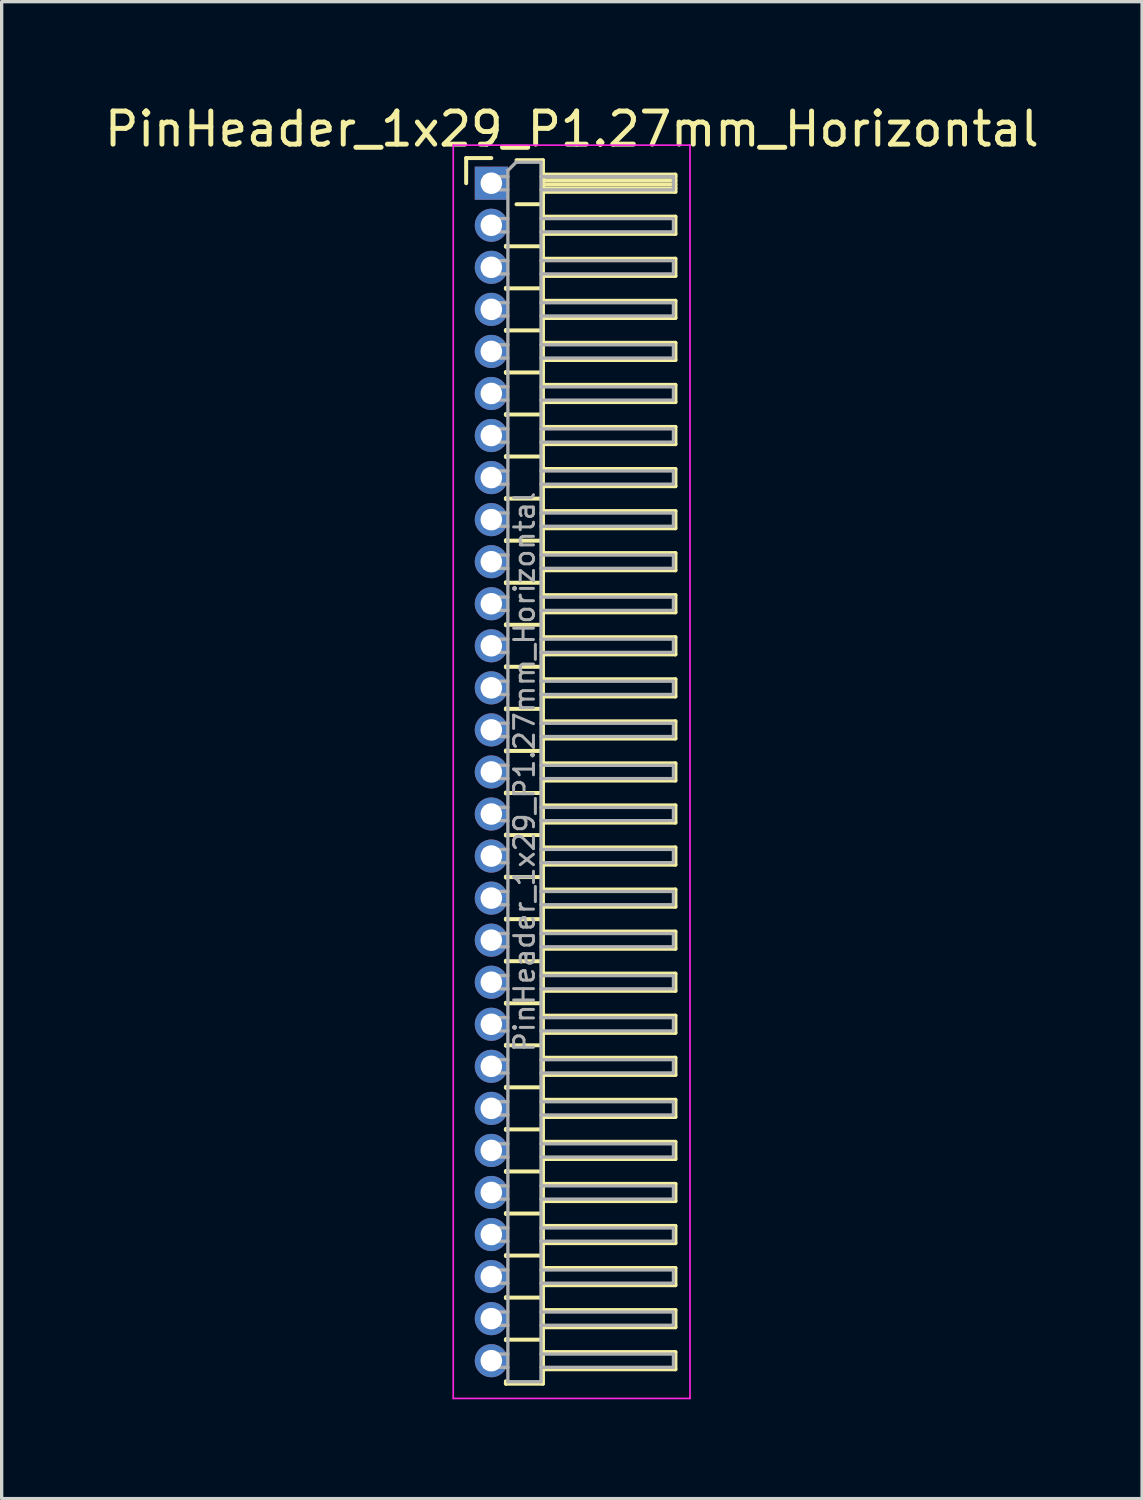
<source format=kicad_pcb>
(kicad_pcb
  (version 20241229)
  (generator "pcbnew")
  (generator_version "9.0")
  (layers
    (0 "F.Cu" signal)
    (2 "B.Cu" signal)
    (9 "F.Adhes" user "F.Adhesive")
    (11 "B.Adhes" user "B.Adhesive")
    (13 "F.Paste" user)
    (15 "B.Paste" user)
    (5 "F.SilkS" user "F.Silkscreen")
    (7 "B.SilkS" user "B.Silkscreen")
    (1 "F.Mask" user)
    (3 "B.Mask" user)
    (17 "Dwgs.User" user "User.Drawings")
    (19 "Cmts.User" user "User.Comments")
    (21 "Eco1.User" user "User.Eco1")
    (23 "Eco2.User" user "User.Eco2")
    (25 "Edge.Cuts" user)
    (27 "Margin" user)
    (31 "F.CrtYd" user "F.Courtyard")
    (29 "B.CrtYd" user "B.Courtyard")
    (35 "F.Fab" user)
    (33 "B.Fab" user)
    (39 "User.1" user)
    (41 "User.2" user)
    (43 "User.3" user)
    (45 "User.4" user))
  (footprint "PinHeader_1x29_P1.27mm_Horizontal"
    (layer "F.Cu")
    (at 11.788 2.483)
    (property "Reference" "PinHeader_1x29_P1.27mm_Horizontal" (at 2.433 -1.635 0) (layer "F.SilkS") (effects (font (size 1 1) (thickness 0.15))))
    (attr through_hole)
    (fp_line (start -0.76 -0.76) (end 0 -0.76) (stroke (width 0.12) (type solid)) (layer "F.SilkS"))
    (fp_line (start -0.76 0) (end -0.76 -0.76) (stroke (width 0.12) (type solid)) (layer "F.SilkS"))
    (fp_line (start 0.44 1.89) (end 0.44 1.92) (stroke (width 0.12) (type solid)) (layer "F.SilkS"))
    (fp_line (start 0.44 1.905) (end 1.56 1.905) (stroke (width 0.12) (type solid)) (layer "F.SilkS"))
    (fp_line (start 0.44 3.16) (end 0.44 3.19) (stroke (width 0.12) (type solid)) (layer "F.SilkS"))
    (fp_line (start 0.44 3.175) (end 1.56 3.175) (stroke (width 0.12) (type solid)) (layer "F.SilkS"))
    (fp_line (start 0.44 4.43) (end 0.44 4.46) (stroke (width 0.12) (type solid)) (layer "F.SilkS"))
    (fp_line (start 0.44 4.445) (end 1.56 4.445) (stroke (width 0.12) (type solid)) (layer "F.SilkS"))
    (fp_line (start 0.44 5.7) (end 0.44 5.73) (stroke (width 0.12) (type solid)) (layer "F.SilkS"))
    (fp_line (start 0.44 5.715) (end 1.56 5.715) (stroke (width 0.12) (type solid)) (layer "F.SilkS"))
    (fp_line (start 0.44 6.97) (end 0.44 7) (stroke (width 0.12) (type solid)) (layer "F.SilkS"))
    (fp_line (start 0.44 6.985) (end 1.56 6.985) (stroke (width 0.12) (type solid)) (layer "F.SilkS"))
    (fp_line (start 0.44 8.24) (end 0.44 8.27) (stroke (width 0.12) (type solid)) (layer "F.SilkS"))
    (fp_line (start 0.44 8.255) (end 1.56 8.255) (stroke (width 0.12) (type solid)) (layer "F.SilkS"))
    (fp_line (start 0.44 9.51) (end 0.44 9.54) (stroke (width 0.12) (type solid)) (layer "F.SilkS"))
    (fp_line (start 0.44 9.525) (end 1.56 9.525) (stroke (width 0.12) (type solid)) (layer "F.SilkS"))
    (fp_line (start 0.44 10.78) (end 0.44 10.81) (stroke (width 0.12) (type solid)) (layer "F.SilkS"))
    (fp_line (start 0.44 10.795) (end 1.56 10.795) (stroke (width 0.12) (type solid)) (layer "F.SilkS"))
    (fp_line (start 0.44 12.05) (end 0.44 12.08) (stroke (width 0.12) (type solid)) (layer "F.SilkS"))
    (fp_line (start 0.44 12.065) (end 1.56 12.065) (stroke (width 0.12) (type solid)) (layer "F.SilkS"))
    (fp_line (start 0.44 13.32) (end 0.44 13.35) (stroke (width 0.12) (type solid)) (layer "F.SilkS"))
    (fp_line (start 0.44 13.335) (end 1.56 13.335) (stroke (width 0.12) (type solid)) (layer "F.SilkS"))
    (fp_line (start 0.44 14.59) (end 0.44 14.62) (stroke (width 0.12) (type solid)) (layer "F.SilkS"))
    (fp_line (start 0.44 14.605) (end 1.56 14.605) (stroke (width 0.12) (type solid)) (layer "F.SilkS"))
    (fp_line (start 0.44 15.86) (end 0.44 15.89) (stroke (width 0.12) (type solid)) (layer "F.SilkS"))
    (fp_line (start 0.44 15.875) (end 1.56 15.875) (stroke (width 0.12) (type solid)) (layer "F.SilkS"))
    (fp_line (start 0.44 17.13) (end 0.44 17.16) (stroke (width 0.12) (type solid)) (layer "F.SilkS"))
    (fp_line (start 0.44 17.145) (end 1.56 17.145) (stroke (width 0.12) (type solid)) (layer "F.SilkS"))
    (fp_line (start 0.44 18.4) (end 0.44 18.43) (stroke (width 0.12) (type solid)) (layer "F.SilkS"))
    (fp_line (start 0.44 18.415) (end 1.56 18.415) (stroke (width 0.12) (type solid)) (layer "F.SilkS"))
    (fp_line (start 0.44 19.67) (end 0.44 19.7) (stroke (width 0.12) (type solid)) (layer "F.SilkS"))
    (fp_line (start 0.44 19.685) (end 1.56 19.685) (stroke (width 0.12) (type solid)) (layer "F.SilkS"))
    (fp_line (start 0.44 20.94) (end 0.44 20.97) (stroke (width 0.12) (type solid)) (layer "F.SilkS"))
    (fp_line (start 0.44 20.955) (end 1.56 20.955) (stroke (width 0.12) (type solid)) (layer "F.SilkS"))
    (fp_line (start 0.44 22.21) (end 0.44 22.24) (stroke (width 0.12) (type solid)) (layer "F.SilkS"))
    (fp_line (start 0.44 22.225) (end 1.56 22.225) (stroke (width 0.12) (type solid)) (layer "F.SilkS"))
    (fp_line (start 0.44 23.48) (end 0.44 23.51) (stroke (width 0.12) (type solid)) (layer "F.SilkS"))
    (fp_line (start 0.44 23.495) (end 1.56 23.495) (stroke (width 0.12) (type solid)) (layer "F.SilkS"))
    (fp_line (start 0.44 24.75) (end 0.44 24.78) (stroke (width 0.12) (type solid)) (layer "F.SilkS"))
    (fp_line (start 0.44 24.765) (end 1.56 24.765) (stroke (width 0.12) (type solid)) (layer "F.SilkS"))
    (fp_line (start 0.44 26.02) (end 0.44 26.05) (stroke (width 0.12) (type solid)) (layer "F.SilkS"))
    (fp_line (start 0.44 26.035) (end 1.56 26.035) (stroke (width 0.12) (type solid)) (layer "F.SilkS"))
    (fp_line (start 0.44 27.29) (end 0.44 27.32) (stroke (width 0.12) (type solid)) (layer "F.SilkS"))
    (fp_line (start 0.44 27.305) (end 1.56 27.305) (stroke (width 0.12) (type solid)) (layer "F.SilkS"))
    (fp_line (start 0.44 28.56) (end 0.44 28.59) (stroke (width 0.12) (type solid)) (layer "F.SilkS"))
    (fp_line (start 0.44 28.575) (end 1.56 28.575) (stroke (width 0.12) (type solid)) (layer "F.SilkS"))
    (fp_line (start 0.44 29.83) (end 0.44 29.86) (stroke (width 0.12) (type solid)) (layer "F.SilkS"))
    (fp_line (start 0.44 29.845) (end 1.56 29.845) (stroke (width 0.12) (type solid)) (layer "F.SilkS"))
    (fp_line (start 0.44 31.1) (end 0.44 31.13) (stroke (width 0.12) (type solid)) (layer "F.SilkS"))
    (fp_line (start 0.44 31.115) (end 1.56 31.115) (stroke (width 0.12) (type solid)) (layer "F.SilkS"))
    (fp_line (start 0.44 32.37) (end 0.44 32.4) (stroke (width 0.12) (type solid)) (layer "F.SilkS"))
    (fp_line (start 0.44 32.385) (end 1.56 32.385) (stroke (width 0.12) (type solid)) (layer "F.SilkS"))
    (fp_line (start 0.44 33.64) (end 0.44 33.67) (stroke (width 0.12) (type solid)) (layer "F.SilkS"))
    (fp_line (start 0.44 33.655) (end 1.56 33.655) (stroke (width 0.12) (type solid)) (layer "F.SilkS"))
    (fp_line (start 0.44 34.91) (end 0.44 34.94) (stroke (width 0.12) (type solid)) (layer "F.SilkS"))
    (fp_line (start 0.44 34.925) (end 1.56 34.925) (stroke (width 0.12) (type solid)) (layer "F.SilkS"))
    (fp_line (start 0.44 36.255) (end 0.44 36.18) (stroke (width 0.12) (type solid)) (layer "F.SilkS"))
    (fp_line (start 0.76 -0.695) (end 1.56 -0.695) (stroke (width 0.12) (type solid)) (layer "F.SilkS"))
    (fp_line (start 0.76 0.635) (end 1.56 0.635) (stroke (width 0.12) (type solid)) (layer "F.SilkS"))
    (fp_line (start 1.56 -0.695) (end 1.56 36.255) (stroke (width 0.12) (type solid)) (layer "F.SilkS"))
    (fp_line (start 1.56 -0.26) (end 5.56 -0.26) (stroke (width 0.12) (type solid)) (layer "F.SilkS"))
    (fp_line (start 1.56 -0.2) (end 5.56 -0.2) (stroke (width 0.12) (type solid)) (layer "F.SilkS"))
    (fp_line (start 1.56 -0.08) (end 5.56 -0.08) (stroke (width 0.12) (type solid)) (layer "F.SilkS"))
    (fp_line (start 1.56 0.04) (end 5.56 0.04) (stroke (width 0.12) (type solid)) (layer "F.SilkS"))
    (fp_line (start 1.56 0.16) (end 5.56 0.16) (stroke (width 0.12) (type solid)) (layer "F.SilkS"))
    (fp_line (start 1.56 1.01) (end 5.56 1.01) (stroke (width 0.12) (type solid)) (layer "F.SilkS"))
    (fp_line (start 1.56 2.28) (end 5.56 2.28) (stroke (width 0.12) (type solid)) (layer "F.SilkS"))
    (fp_line (start 1.56 3.55) (end 5.56 3.55) (stroke (width 0.12) (type solid)) (layer "F.SilkS"))
    (fp_line (start 1.56 4.82) (end 5.56 4.82) (stroke (width 0.12) (type solid)) (layer "F.SilkS"))
    (fp_line (start 1.56 6.09) (end 5.56 6.09) (stroke (width 0.12) (type solid)) (layer "F.SilkS"))
    (fp_line (start 1.56 7.36) (end 5.56 7.36) (stroke (width 0.12) (type solid)) (layer "F.SilkS"))
    (fp_line (start 1.56 8.63) (end 5.56 8.63) (stroke (width 0.12) (type solid)) (layer "F.SilkS"))
    (fp_line (start 1.56 9.9) (end 5.56 9.9) (stroke (width 0.12) (type solid)) (layer "F.SilkS"))
    (fp_line (start 1.56 11.17) (end 5.56 11.17) (stroke (width 0.12) (type solid)) (layer "F.SilkS"))
    (fp_line (start 1.56 12.44) (end 5.56 12.44) (stroke (width 0.12) (type solid)) (layer "F.SilkS"))
    (fp_line (start 1.56 13.71) (end 5.56 13.71) (stroke (width 0.12) (type solid)) (layer "F.SilkS"))
    (fp_line (start 1.56 14.98) (end 5.56 14.98) (stroke (width 0.12) (type solid)) (layer "F.SilkS"))
    (fp_line (start 1.56 16.25) (end 5.56 16.25) (stroke (width 0.12) (type solid)) (layer "F.SilkS"))
    (fp_line (start 1.56 17.52) (end 5.56 17.52) (stroke (width 0.12) (type solid)) (layer "F.SilkS"))
    (fp_line (start 1.56 18.79) (end 5.56 18.79) (stroke (width 0.12) (type solid)) (layer "F.SilkS"))
    (fp_line (start 1.56 20.06) (end 5.56 20.06) (stroke (width 0.12) (type solid)) (layer "F.SilkS"))
    (fp_line (start 1.56 21.33) (end 5.56 21.33) (stroke (width 0.12) (type solid)) (layer "F.SilkS"))
    (fp_line (start 1.56 22.6) (end 5.56 22.6) (stroke (width 0.12) (type solid)) (layer "F.SilkS"))
    (fp_line (start 1.56 23.87) (end 5.56 23.87) (stroke (width 0.12) (type solid)) (layer "F.SilkS"))
    (fp_line (start 1.56 25.14) (end 5.56 25.14) (stroke (width 0.12) (type solid)) (layer "F.SilkS"))
    (fp_line (start 1.56 26.41) (end 5.56 26.41) (stroke (width 0.12) (type solid)) (layer "F.SilkS"))
    (fp_line (start 1.56 27.68) (end 5.56 27.68) (stroke (width 0.12) (type solid)) (layer "F.SilkS"))
    (fp_line (start 1.56 28.95) (end 5.56 28.95) (stroke (width 0.12) (type solid)) (layer "F.SilkS"))
    (fp_line (start 1.56 30.22) (end 5.56 30.22) (stroke (width 0.12) (type solid)) (layer "F.SilkS"))
    (fp_line (start 1.56 31.49) (end 5.56 31.49) (stroke (width 0.12) (type solid)) (layer "F.SilkS"))
    (fp_line (start 1.56 32.76) (end 5.56 32.76) (stroke (width 0.12) (type solid)) (layer "F.SilkS"))
    (fp_line (start 1.56 34.03) (end 5.56 34.03) (stroke (width 0.12) (type solid)) (layer "F.SilkS"))
    (fp_line (start 1.56 35.3) (end 5.56 35.3) (stroke (width 0.12) (type solid)) (layer "F.SilkS"))
    (fp_line (start 1.56 36.255) (end 0.44 36.255) (stroke (width 0.12) (type solid)) (layer "F.SilkS"))
    (fp_line (start 5.56 -0.26) (end 5.56 0.26) (stroke (width 0.12) (type solid)) (layer "F.SilkS"))
    (fp_line (start 5.56 0.26) (end 1.56 0.26) (stroke (width 0.12) (type solid)) (layer "F.SilkS"))
    (fp_line (start 5.56 1.01) (end 5.56 1.53) (stroke (width 0.12) (type solid)) (layer "F.SilkS"))
    (fp_line (start 5.56 1.53) (end 1.56 1.53) (stroke (width 0.12) (type solid)) (layer "F.SilkS"))
    (fp_line (start 5.56 2.28) (end 5.56 2.8) (stroke (width 0.12) (type solid)) (layer "F.SilkS"))
    (fp_line (start 5.56 2.8) (end 1.56 2.8) (stroke (width 0.12) (type solid)) (layer "F.SilkS"))
    (fp_line (start 5.56 3.55) (end 5.56 4.07) (stroke (width 0.12) (type solid)) (layer "F.SilkS"))
    (fp_line (start 5.56 4.07) (end 1.56 4.07) (stroke (width 0.12) (type solid)) (layer "F.SilkS"))
    (fp_line (start 5.56 4.82) (end 5.56 5.34) (stroke (width 0.12) (type solid)) (layer "F.SilkS"))
    (fp_line (start 5.56 5.34) (end 1.56 5.34) (stroke (width 0.12) (type solid)) (layer "F.SilkS"))
    (fp_line (start 5.56 6.09) (end 5.56 6.61) (stroke (width 0.12) (type solid)) (layer "F.SilkS"))
    (fp_line (start 5.56 6.61) (end 1.56 6.61) (stroke (width 0.12) (type solid)) (layer "F.SilkS"))
    (fp_line (start 5.56 7.36) (end 5.56 7.88) (stroke (width 0.12) (type solid)) (layer "F.SilkS"))
    (fp_line (start 5.56 7.88) (end 1.56 7.88) (stroke (width 0.12) (type solid)) (layer "F.SilkS"))
    (fp_line (start 5.56 8.63) (end 5.56 9.15) (stroke (width 0.12) (type solid)) (layer "F.SilkS"))
    (fp_line (start 5.56 9.15) (end 1.56 9.15) (stroke (width 0.12) (type solid)) (layer "F.SilkS"))
    (fp_line (start 5.56 9.9) (end 5.56 10.42) (stroke (width 0.12) (type solid)) (layer "F.SilkS"))
    (fp_line (start 5.56 10.42) (end 1.56 10.42) (stroke (width 0.12) (type solid)) (layer "F.SilkS"))
    (fp_line (start 5.56 11.17) (end 5.56 11.69) (stroke (width 0.12) (type solid)) (layer "F.SilkS"))
    (fp_line (start 5.56 11.69) (end 1.56 11.69) (stroke (width 0.12) (type solid)) (layer "F.SilkS"))
    (fp_line (start 5.56 12.44) (end 5.56 12.96) (stroke (width 0.12) (type solid)) (layer "F.SilkS"))
    (fp_line (start 5.56 12.96) (end 1.56 12.96) (stroke (width 0.12) (type solid)) (layer "F.SilkS"))
    (fp_line (start 5.56 13.71) (end 5.56 14.23) (stroke (width 0.12) (type solid)) (layer "F.SilkS"))
    (fp_line (start 5.56 14.23) (end 1.56 14.23) (stroke (width 0.12) (type solid)) (layer "F.SilkS"))
    (fp_line (start 5.56 14.98) (end 5.56 15.5) (stroke (width 0.12) (type solid)) (layer "F.SilkS"))
    (fp_line (start 5.56 15.5) (end 1.56 15.5) (stroke (width 0.12) (type solid)) (layer "F.SilkS"))
    (fp_line (start 5.56 16.25) (end 5.56 16.77) (stroke (width 0.12) (type solid)) (layer "F.SilkS"))
    (fp_line (start 5.56 16.77) (end 1.56 16.77) (stroke (width 0.12) (type solid)) (layer "F.SilkS"))
    (fp_line (start 5.56 17.52) (end 5.56 18.04) (stroke (width 0.12) (type solid)) (layer "F.SilkS"))
    (fp_line (start 5.56 18.04) (end 1.56 18.04) (stroke (width 0.12) (type solid)) (layer "F.SilkS"))
    (fp_line (start 5.56 18.79) (end 5.56 19.31) (stroke (width 0.12) (type solid)) (layer "F.SilkS"))
    (fp_line (start 5.56 19.31) (end 1.56 19.31) (stroke (width 0.12) (type solid)) (layer "F.SilkS"))
    (fp_line (start 5.56 20.06) (end 5.56 20.58) (stroke (width 0.12) (type solid)) (layer "F.SilkS"))
    (fp_line (start 5.56 20.58) (end 1.56 20.58) (stroke (width 0.12) (type solid)) (layer "F.SilkS"))
    (fp_line (start 5.56 21.33) (end 5.56 21.85) (stroke (width 0.12) (type solid)) (layer "F.SilkS"))
    (fp_line (start 5.56 21.85) (end 1.56 21.85) (stroke (width 0.12) (type solid)) (layer "F.SilkS"))
    (fp_line (start 5.56 22.6) (end 5.56 23.12) (stroke (width 0.12) (type solid)) (layer "F.SilkS"))
    (fp_line (start 5.56 23.12) (end 1.56 23.12) (stroke (width 0.12) (type solid)) (layer "F.SilkS"))
    (fp_line (start 5.56 23.87) (end 5.56 24.39) (stroke (width 0.12) (type solid)) (layer "F.SilkS"))
    (fp_line (start 5.56 24.39) (end 1.56 24.39) (stroke (width 0.12) (type solid)) (layer "F.SilkS"))
    (fp_line (start 5.56 25.14) (end 5.56 25.66) (stroke (width 0.12) (type solid)) (layer "F.SilkS"))
    (fp_line (start 5.56 25.66) (end 1.56 25.66) (stroke (width 0.12) (type solid)) (layer "F.SilkS"))
    (fp_line (start 5.56 26.41) (end 5.56 26.93) (stroke (width 0.12) (type solid)) (layer "F.SilkS"))
    (fp_line (start 5.56 26.93) (end 1.56 26.93) (stroke (width 0.12) (type solid)) (layer "F.SilkS"))
    (fp_line (start 5.56 27.68) (end 5.56 28.2) (stroke (width 0.12) (type solid)) (layer "F.SilkS"))
    (fp_line (start 5.56 28.2) (end 1.56 28.2) (stroke (width 0.12) (type solid)) (layer "F.SilkS"))
    (fp_line (start 5.56 28.95) (end 5.56 29.47) (stroke (width 0.12) (type solid)) (layer "F.SilkS"))
    (fp_line (start 5.56 29.47) (end 1.56 29.47) (stroke (width 0.12) (type solid)) (layer "F.SilkS"))
    (fp_line (start 5.56 30.22) (end 5.56 30.74) (stroke (width 0.12) (type solid)) (layer "F.SilkS"))
    (fp_line (start 5.56 30.74) (end 1.56 30.74) (stroke (width 0.12) (type solid)) (layer "F.SilkS"))
    (fp_line (start 5.56 31.49) (end 5.56 32.01) (stroke (width 0.12) (type solid)) (layer "F.SilkS"))
    (fp_line (start 5.56 32.01) (end 1.56 32.01) (stroke (width 0.12) (type solid)) (layer "F.SilkS"))
    (fp_line (start 5.56 32.76) (end 5.56 33.28) (stroke (width 0.12) (type solid)) (layer "F.SilkS"))
    (fp_line (start 5.56 33.28) (end 1.56 33.28) (stroke (width 0.12) (type solid)) (layer "F.SilkS"))
    (fp_line (start 5.56 34.03) (end 5.56 34.55) (stroke (width 0.12) (type solid)) (layer "F.SilkS"))
    (fp_line (start 5.56 34.55) (end 1.56 34.55) (stroke (width 0.12) (type solid)) (layer "F.SilkS"))
    (fp_line (start 5.56 35.3) (end 5.56 35.82) (stroke (width 0.12) (type solid)) (layer "F.SilkS"))
    (fp_line (start 5.56 35.82) (end 1.56 35.82) (stroke (width 0.12) (type solid)) (layer "F.SilkS"))
    (fp_line (start -1.15 -1.15) (end -1.15 36.7) (stroke (width 0.05) (type solid)) (layer "F.CrtYd"))
    (fp_line (start -1.15 36.7) (end 6 36.7) (stroke (width 0.05) (type solid)) (layer "F.CrtYd"))
    (fp_line (start 6 -1.15) (end -1.15 -1.15) (stroke (width 0.05) (type solid)) (layer "F.CrtYd"))
    (fp_line (start 6 36.7) (end 6 -1.15) (stroke (width 0.05) (type solid)) (layer "F.CrtYd"))
    (fp_line (start -0.2 -0.2) (end -0.2 0.2) (stroke (width 0.1) (type solid)) (layer "F.Fab"))
    (fp_line (start -0.2 -0.2) (end 0.5 -0.2) (stroke (width 0.1) (type solid)) (layer "F.Fab"))
    (fp_line (start -0.2 0.2) (end 0.5 0.2) (stroke (width 0.1) (type solid)) (layer "F.Fab"))
    (fp_line (start -0.2 1.07) (end -0.2 1.47) (stroke (width 0.1) (type solid)) (layer "F.Fab"))
    (fp_line (start -0.2 1.07) (end 0.5 1.07) (stroke (width 0.1) (type solid)) (layer "F.Fab"))
    (fp_line (start -0.2 1.47) (end 0.5 1.47) (stroke (width 0.1) (type solid)) (layer "F.Fab"))
    (fp_line (start -0.2 2.34) (end -0.2 2.74) (stroke (width 0.1) (type solid)) (layer "F.Fab"))
    (fp_line (start -0.2 2.34) (end 0.5 2.34) (stroke (width 0.1) (type solid)) (layer "F.Fab"))
    (fp_line (start -0.2 2.74) (end 0.5 2.74) (stroke (width 0.1) (type solid)) (layer "F.Fab"))
    (fp_line (start -0.2 3.61) (end -0.2 4.01) (stroke (width 0.1) (type solid)) (layer "F.Fab"))
    (fp_line (start -0.2 3.61) (end 0.5 3.61) (stroke (width 0.1) (type solid)) (layer "F.Fab"))
    (fp_line (start -0.2 4.01) (end 0.5 4.01) (stroke (width 0.1) (type solid)) (layer "F.Fab"))
    (fp_line (start -0.2 4.88) (end -0.2 5.28) (stroke (width 0.1) (type solid)) (layer "F.Fab"))
    (fp_line (start -0.2 4.88) (end 0.5 4.88) (stroke (width 0.1) (type solid)) (layer "F.Fab"))
    (fp_line (start -0.2 5.28) (end 0.5 5.28) (stroke (width 0.1) (type solid)) (layer "F.Fab"))
    (fp_line (start -0.2 6.15) (end -0.2 6.55) (stroke (width 0.1) (type solid)) (layer "F.Fab"))
    (fp_line (start -0.2 6.15) (end 0.5 6.15) (stroke (width 0.1) (type solid)) (layer "F.Fab"))
    (fp_line (start -0.2 6.55) (end 0.5 6.55) (stroke (width 0.1) (type solid)) (layer "F.Fab"))
    (fp_line (start -0.2 7.42) (end -0.2 7.82) (stroke (width 0.1) (type solid)) (layer "F.Fab"))
    (fp_line (start -0.2 7.42) (end 0.5 7.42) (stroke (width 0.1) (type solid)) (layer "F.Fab"))
    (fp_line (start -0.2 7.82) (end 0.5 7.82) (stroke (width 0.1) (type solid)) (layer "F.Fab"))
    (fp_line (start -0.2 8.69) (end -0.2 9.09) (stroke (width 0.1) (type solid)) (layer "F.Fab"))
    (fp_line (start -0.2 8.69) (end 0.5 8.69) (stroke (width 0.1) (type solid)) (layer "F.Fab"))
    (fp_line (start -0.2 9.09) (end 0.5 9.09) (stroke (width 0.1) (type solid)) (layer "F.Fab"))
    (fp_line (start -0.2 9.96) (end -0.2 10.36) (stroke (width 0.1) (type solid)) (layer "F.Fab"))
    (fp_line (start -0.2 9.96) (end 0.5 9.96) (stroke (width 0.1) (type solid)) (layer "F.Fab"))
    (fp_line (start -0.2 10.36) (end 0.5 10.36) (stroke (width 0.1) (type solid)) (layer "F.Fab"))
    (fp_line (start -0.2 11.23) (end -0.2 11.63) (stroke (width 0.1) (type solid)) (layer "F.Fab"))
    (fp_line (start -0.2 11.23) (end 0.5 11.23) (stroke (width 0.1) (type solid)) (layer "F.Fab"))
    (fp_line (start -0.2 11.63) (end 0.5 11.63) (stroke (width 0.1) (type solid)) (layer "F.Fab"))
    (fp_line (start -0.2 12.5) (end -0.2 12.9) (stroke (width 0.1) (type solid)) (layer "F.Fab"))
    (fp_line (start -0.2 12.5) (end 0.5 12.5) (stroke (width 0.1) (type solid)) (layer "F.Fab"))
    (fp_line (start -0.2 12.9) (end 0.5 12.9) (stroke (width 0.1) (type solid)) (layer "F.Fab"))
    (fp_line (start -0.2 13.77) (end -0.2 14.17) (stroke (width 0.1) (type solid)) (layer "F.Fab"))
    (fp_line (start -0.2 13.77) (end 0.5 13.77) (stroke (width 0.1) (type solid)) (layer "F.Fab"))
    (fp_line (start -0.2 14.17) (end 0.5 14.17) (stroke (width 0.1) (type solid)) (layer "F.Fab"))
    (fp_line (start -0.2 15.04) (end -0.2 15.44) (stroke (width 0.1) (type solid)) (layer "F.Fab"))
    (fp_line (start -0.2 15.04) (end 0.5 15.04) (stroke (width 0.1) (type solid)) (layer "F.Fab"))
    (fp_line (start -0.2 15.44) (end 0.5 15.44) (stroke (width 0.1) (type solid)) (layer "F.Fab"))
    (fp_line (start -0.2 16.31) (end -0.2 16.71) (stroke (width 0.1) (type solid)) (layer "F.Fab"))
    (fp_line (start -0.2 16.31) (end 0.5 16.31) (stroke (width 0.1) (type solid)) (layer "F.Fab"))
    (fp_line (start -0.2 16.71) (end 0.5 16.71) (stroke (width 0.1) (type solid)) (layer "F.Fab"))
    (fp_line (start -0.2 17.58) (end -0.2 17.98) (stroke (width 0.1) (type solid)) (layer "F.Fab"))
    (fp_line (start -0.2 17.58) (end 0.5 17.58) (stroke (width 0.1) (type solid)) (layer "F.Fab"))
    (fp_line (start -0.2 17.98) (end 0.5 17.98) (stroke (width 0.1) (type solid)) (layer "F.Fab"))
    (fp_line (start -0.2 18.85) (end -0.2 19.25) (stroke (width 0.1) (type solid)) (layer "F.Fab"))
    (fp_line (start -0.2 18.85) (end 0.5 18.85) (stroke (width 0.1) (type solid)) (layer "F.Fab"))
    (fp_line (start -0.2 19.25) (end 0.5 19.25) (stroke (width 0.1) (type solid)) (layer "F.Fab"))
    (fp_line (start -0.2 20.12) (end -0.2 20.52) (stroke (width 0.1) (type solid)) (layer "F.Fab"))
    (fp_line (start -0.2 20.12) (end 0.5 20.12) (stroke (width 0.1) (type solid)) (layer "F.Fab"))
    (fp_line (start -0.2 20.52) (end 0.5 20.52) (stroke (width 0.1) (type solid)) (layer "F.Fab"))
    (fp_line (start -0.2 21.39) (end -0.2 21.79) (stroke (width 0.1) (type solid)) (layer "F.Fab"))
    (fp_line (start -0.2 21.39) (end 0.5 21.39) (stroke (width 0.1) (type solid)) (layer "F.Fab"))
    (fp_line (start -0.2 21.79) (end 0.5 21.79) (stroke (width 0.1) (type solid)) (layer "F.Fab"))
    (fp_line (start -0.2 22.66) (end -0.2 23.06) (stroke (width 0.1) (type solid)) (layer "F.Fab"))
    (fp_line (start -0.2 22.66) (end 0.5 22.66) (stroke (width 0.1) (type solid)) (layer "F.Fab"))
    (fp_line (start -0.2 23.06) (end 0.5 23.06) (stroke (width 0.1) (type solid)) (layer "F.Fab"))
    (fp_line (start -0.2 23.93) (end -0.2 24.33) (stroke (width 0.1) (type solid)) (layer "F.Fab"))
    (fp_line (start -0.2 23.93) (end 0.5 23.93) (stroke (width 0.1) (type solid)) (layer "F.Fab"))
    (fp_line (start -0.2 24.33) (end 0.5 24.33) (stroke (width 0.1) (type solid)) (layer "F.Fab"))
    (fp_line (start -0.2 25.2) (end -0.2 25.6) (stroke (width 0.1) (type solid)) (layer "F.Fab"))
    (fp_line (start -0.2 25.2) (end 0.5 25.2) (stroke (width 0.1) (type solid)) (layer "F.Fab"))
    (fp_line (start -0.2 25.6) (end 0.5 25.6) (stroke (width 0.1) (type solid)) (layer "F.Fab"))
    (fp_line (start -0.2 26.47) (end -0.2 26.87) (stroke (width 0.1) (type solid)) (layer "F.Fab"))
    (fp_line (start -0.2 26.47) (end 0.5 26.47) (stroke (width 0.1) (type solid)) (layer "F.Fab"))
    (fp_line (start -0.2 26.87) (end 0.5 26.87) (stroke (width 0.1) (type solid)) (layer "F.Fab"))
    (fp_line (start -0.2 27.74) (end -0.2 28.14) (stroke (width 0.1) (type solid)) (layer "F.Fab"))
    (fp_line (start -0.2 27.74) (end 0.5 27.74) (stroke (width 0.1) (type solid)) (layer "F.Fab"))
    (fp_line (start -0.2 28.14) (end 0.5 28.14) (stroke (width 0.1) (type solid)) (layer "F.Fab"))
    (fp_line (start -0.2 29.01) (end -0.2 29.41) (stroke (width 0.1) (type solid)) (layer "F.Fab"))
    (fp_line (start -0.2 29.01) (end 0.5 29.01) (stroke (width 0.1) (type solid)) (layer "F.Fab"))
    (fp_line (start -0.2 29.41) (end 0.5 29.41) (stroke (width 0.1) (type solid)) (layer "F.Fab"))
    (fp_line (start -0.2 30.28) (end -0.2 30.68) (stroke (width 0.1) (type solid)) (layer "F.Fab"))
    (fp_line (start -0.2 30.28) (end 0.5 30.28) (stroke (width 0.1) (type solid)) (layer "F.Fab"))
    (fp_line (start -0.2 30.68) (end 0.5 30.68) (stroke (width 0.1) (type solid)) (layer "F.Fab"))
    (fp_line (start -0.2 31.55) (end -0.2 31.95) (stroke (width 0.1) (type solid)) (layer "F.Fab"))
    (fp_line (start -0.2 31.55) (end 0.5 31.55) (stroke (width 0.1) (type solid)) (layer "F.Fab"))
    (fp_line (start -0.2 31.95) (end 0.5 31.95) (stroke (width 0.1) (type solid)) (layer "F.Fab"))
    (fp_line (start -0.2 32.82) (end -0.2 33.22) (stroke (width 0.1) (type solid)) (layer "F.Fab"))
    (fp_line (start -0.2 32.82) (end 0.5 32.82) (stroke (width 0.1) (type solid)) (layer "F.Fab"))
    (fp_line (start -0.2 33.22) (end 0.5 33.22) (stroke (width 0.1) (type solid)) (layer "F.Fab"))
    (fp_line (start -0.2 34.09) (end -0.2 34.49) (stroke (width 0.1) (type solid)) (layer "F.Fab"))
    (fp_line (start -0.2 34.09) (end 0.5 34.09) (stroke (width 0.1) (type solid)) (layer "F.Fab"))
    (fp_line (start -0.2 34.49) (end 0.5 34.49) (stroke (width 0.1) (type solid)) (layer "F.Fab"))
    (fp_line (start -0.2 35.36) (end -0.2 35.76) (stroke (width 0.1) (type solid)) (layer "F.Fab"))
    (fp_line (start -0.2 35.36) (end 0.5 35.36) (stroke (width 0.1) (type solid)) (layer "F.Fab"))
    (fp_line (start -0.2 35.76) (end 0.5 35.76) (stroke (width 0.1) (type solid)) (layer "F.Fab"))
    (fp_line (start 0.5 -0.385) (end 0.75 -0.635) (stroke (width 0.1) (type solid)) (layer "F.Fab"))
    (fp_line (start 0.5 36.195) (end 0.5 -0.385) (stroke (width 0.1) (type solid)) (layer "F.Fab"))
    (fp_line (start 0.75 -0.635) (end 1.5 -0.635) (stroke (width 0.1) (type solid)) (layer "F.Fab"))
    (fp_line (start 1.5 -0.635) (end 1.5 36.195) (stroke (width 0.1) (type solid)) (layer "F.Fab"))
    (fp_line (start 1.5 -0.2) (end 5.5 -0.2) (stroke (width 0.1) (type solid)) (layer "F.Fab"))
    (fp_line (start 1.5 0.2) (end 5.5 0.2) (stroke (width 0.1) (type solid)) (layer "F.Fab"))
    (fp_line (start 1.5 1.07) (end 5.5 1.07) (stroke (width 0.1) (type solid)) (layer "F.Fab"))
    (fp_line (start 1.5 1.47) (end 5.5 1.47) (stroke (width 0.1) (type solid)) (layer "F.Fab"))
    (fp_line (start 1.5 2.34) (end 5.5 2.34) (stroke (width 0.1) (type solid)) (layer "F.Fab"))
    (fp_line (start 1.5 2.74) (end 5.5 2.74) (stroke (width 0.1) (type solid)) (layer "F.Fab"))
    (fp_line (start 1.5 3.61) (end 5.5 3.61) (stroke (width 0.1) (type solid)) (layer "F.Fab"))
    (fp_line (start 1.5 4.01) (end 5.5 4.01) (stroke (width 0.1) (type solid)) (layer "F.Fab"))
    (fp_line (start 1.5 4.88) (end 5.5 4.88) (stroke (width 0.1) (type solid)) (layer "F.Fab"))
    (fp_line (start 1.5 5.28) (end 5.5 5.28) (stroke (width 0.1) (type solid)) (layer "F.Fab"))
    (fp_line (start 1.5 6.15) (end 5.5 6.15) (stroke (width 0.1) (type solid)) (layer "F.Fab"))
    (fp_line (start 1.5 6.55) (end 5.5 6.55) (stroke (width 0.1) (type solid)) (layer "F.Fab"))
    (fp_line (start 1.5 7.42) (end 5.5 7.42) (stroke (width 0.1) (type solid)) (layer "F.Fab"))
    (fp_line (start 1.5 7.82) (end 5.5 7.82) (stroke (width 0.1) (type solid)) (layer "F.Fab"))
    (fp_line (start 1.5 8.69) (end 5.5 8.69) (stroke (width 0.1) (type solid)) (layer "F.Fab"))
    (fp_line (start 1.5 9.09) (end 5.5 9.09) (stroke (width 0.1) (type solid)) (layer "F.Fab"))
    (fp_line (start 1.5 9.96) (end 5.5 9.96) (stroke (width 0.1) (type solid)) (layer "F.Fab"))
    (fp_line (start 1.5 10.36) (end 5.5 10.36) (stroke (width 0.1) (type solid)) (layer "F.Fab"))
    (fp_line (start 1.5 11.23) (end 5.5 11.23) (stroke (width 0.1) (type solid)) (layer "F.Fab"))
    (fp_line (start 1.5 11.63) (end 5.5 11.63) (stroke (width 0.1) (type solid)) (layer "F.Fab"))
    (fp_line (start 1.5 12.5) (end 5.5 12.5) (stroke (width 0.1) (type solid)) (layer "F.Fab"))
    (fp_line (start 1.5 12.9) (end 5.5 12.9) (stroke (width 0.1) (type solid)) (layer "F.Fab"))
    (fp_line (start 1.5 13.77) (end 5.5 13.77) (stroke (width 0.1) (type solid)) (layer "F.Fab"))
    (fp_line (start 1.5 14.17) (end 5.5 14.17) (stroke (width 0.1) (type solid)) (layer "F.Fab"))
    (fp_line (start 1.5 15.04) (end 5.5 15.04) (stroke (width 0.1) (type solid)) (layer "F.Fab"))
    (fp_line (start 1.5 15.44) (end 5.5 15.44) (stroke (width 0.1) (type solid)) (layer "F.Fab"))
    (fp_line (start 1.5 16.31) (end 5.5 16.31) (stroke (width 0.1) (type solid)) (layer "F.Fab"))
    (fp_line (start 1.5 16.71) (end 5.5 16.71) (stroke (width 0.1) (type solid)) (layer "F.Fab"))
    (fp_line (start 1.5 17.58) (end 5.5 17.58) (stroke (width 0.1) (type solid)) (layer "F.Fab"))
    (fp_line (start 1.5 17.98) (end 5.5 17.98) (stroke (width 0.1) (type solid)) (layer "F.Fab"))
    (fp_line (start 1.5 18.85) (end 5.5 18.85) (stroke (width 0.1) (type solid)) (layer "F.Fab"))
    (fp_line (start 1.5 19.25) (end 5.5 19.25) (stroke (width 0.1) (type solid)) (layer "F.Fab"))
    (fp_line (start 1.5 20.12) (end 5.5 20.12) (stroke (width 0.1) (type solid)) (layer "F.Fab"))
    (fp_line (start 1.5 20.52) (end 5.5 20.52) (stroke (width 0.1) (type solid)) (layer "F.Fab"))
    (fp_line (start 1.5 21.39) (end 5.5 21.39) (stroke (width 0.1) (type solid)) (layer "F.Fab"))
    (fp_line (start 1.5 21.79) (end 5.5 21.79) (stroke (width 0.1) (type solid)) (layer "F.Fab"))
    (fp_line (start 1.5 22.66) (end 5.5 22.66) (stroke (width 0.1) (type solid)) (layer "F.Fab"))
    (fp_line (start 1.5 23.06) (end 5.5 23.06) (stroke (width 0.1) (type solid)) (layer "F.Fab"))
    (fp_line (start 1.5 23.93) (end 5.5 23.93) (stroke (width 0.1) (type solid)) (layer "F.Fab"))
    (fp_line (start 1.5 24.33) (end 5.5 24.33) (stroke (width 0.1) (type solid)) (layer "F.Fab"))
    (fp_line (start 1.5 25.2) (end 5.5 25.2) (stroke (width 0.1) (type solid)) (layer "F.Fab"))
    (fp_line (start 1.5 25.6) (end 5.5 25.6) (stroke (width 0.1) (type solid)) (layer "F.Fab"))
    (fp_line (start 1.5 26.47) (end 5.5 26.47) (stroke (width 0.1) (type solid)) (layer "F.Fab"))
    (fp_line (start 1.5 26.87) (end 5.5 26.87) (stroke (width 0.1) (type solid)) (layer "F.Fab"))
    (fp_line (start 1.5 27.74) (end 5.5 27.74) (stroke (width 0.1) (type solid)) (layer "F.Fab"))
    (fp_line (start 1.5 28.14) (end 5.5 28.14) (stroke (width 0.1) (type solid)) (layer "F.Fab"))
    (fp_line (start 1.5 29.01) (end 5.5 29.01) (stroke (width 0.1) (type solid)) (layer "F.Fab"))
    (fp_line (start 1.5 29.41) (end 5.5 29.41) (stroke (width 0.1) (type solid)) (layer "F.Fab"))
    (fp_line (start 1.5 30.28) (end 5.5 30.28) (stroke (width 0.1) (type solid)) (layer "F.Fab"))
    (fp_line (start 1.5 30.68) (end 5.5 30.68) (stroke (width 0.1) (type solid)) (layer "F.Fab"))
    (fp_line (start 1.5 31.55) (end 5.5 31.55) (stroke (width 0.1) (type solid)) (layer "F.Fab"))
    (fp_line (start 1.5 31.95) (end 5.5 31.95) (stroke (width 0.1) (type solid)) (layer "F.Fab"))
    (fp_line (start 1.5 32.82) (end 5.5 32.82) (stroke (width 0.1) (type solid)) (layer "F.Fab"))
    (fp_line (start 1.5 33.22) (end 5.5 33.22) (stroke (width 0.1) (type solid)) (layer "F.Fab"))
    (fp_line (start 1.5 34.09) (end 5.5 34.09) (stroke (width 0.1) (type solid)) (layer "F.Fab"))
    (fp_line (start 1.5 34.49) (end 5.5 34.49) (stroke (width 0.1) (type solid)) (layer "F.Fab"))
    (fp_line (start 1.5 35.36) (end 5.5 35.36) (stroke (width 0.1) (type solid)) (layer "F.Fab"))
    (fp_line (start 1.5 35.76) (end 5.5 35.76) (stroke (width 0.1) (type solid)) (layer "F.Fab"))
    (fp_line (start 1.5 36.195) (end 0.5 36.195) (stroke (width 0.1) (type solid)) (layer "F.Fab"))
    (fp_line (start 5.5 -0.2) (end 5.5 0.2) (stroke (width 0.1) (type solid)) (layer "F.Fab"))
    (fp_line (start 5.5 1.07) (end 5.5 1.47) (stroke (width 0.1) (type solid)) (layer "F.Fab"))
    (fp_line (start 5.5 2.34) (end 5.5 2.74) (stroke (width 0.1) (type solid)) (layer "F.Fab"))
    (fp_line (start 5.5 3.61) (end 5.5 4.01) (stroke (width 0.1) (type solid)) (layer "F.Fab"))
    (fp_line (start 5.5 4.88) (end 5.5 5.28) (stroke (width 0.1) (type solid)) (layer "F.Fab"))
    (fp_line (start 5.5 6.15) (end 5.5 6.55) (stroke (width 0.1) (type solid)) (layer "F.Fab"))
    (fp_line (start 5.5 7.42) (end 5.5 7.82) (stroke (width 0.1) (type solid)) (layer "F.Fab"))
    (fp_line (start 5.5 8.69) (end 5.5 9.09) (stroke (width 0.1) (type solid)) (layer "F.Fab"))
    (fp_line (start 5.5 9.96) (end 5.5 10.36) (stroke (width 0.1) (type solid)) (layer "F.Fab"))
    (fp_line (start 5.5 11.23) (end 5.5 11.63) (stroke (width 0.1) (type solid)) (layer "F.Fab"))
    (fp_line (start 5.5 12.5) (end 5.5 12.9) (stroke (width 0.1) (type solid)) (layer "F.Fab"))
    (fp_line (start 5.5 13.77) (end 5.5 14.17) (stroke (width 0.1) (type solid)) (layer "F.Fab"))
    (fp_line (start 5.5 15.04) (end 5.5 15.44) (stroke (width 0.1) (type solid)) (layer "F.Fab"))
    (fp_line (start 5.5 16.31) (end 5.5 16.71) (stroke (width 0.1) (type solid)) (layer "F.Fab"))
    (fp_line (start 5.5 17.58) (end 5.5 17.98) (stroke (width 0.1) (type solid)) (layer "F.Fab"))
    (fp_line (start 5.5 18.85) (end 5.5 19.25) (stroke (width 0.1) (type solid)) (layer "F.Fab"))
    (fp_line (start 5.5 20.12) (end 5.5 20.52) (stroke (width 0.1) (type solid)) (layer "F.Fab"))
    (fp_line (start 5.5 21.39) (end 5.5 21.79) (stroke (width 0.1) (type solid)) (layer "F.Fab"))
    (fp_line (start 5.5 22.66) (end 5.5 23.06) (stroke (width 0.1) (type solid)) (layer "F.Fab"))
    (fp_line (start 5.5 23.93) (end 5.5 24.33) (stroke (width 0.1) (type solid)) (layer "F.Fab"))
    (fp_line (start 5.5 25.2) (end 5.5 25.6) (stroke (width 0.1) (type solid)) (layer "F.Fab"))
    (fp_line (start 5.5 26.47) (end 5.5 26.87) (stroke (width 0.1) (type solid)) (layer "F.Fab"))
    (fp_line (start 5.5 27.74) (end 5.5 28.14) (stroke (width 0.1) (type solid)) (layer "F.Fab"))
    (fp_line (start 5.5 29.01) (end 5.5 29.41) (stroke (width 0.1) (type solid)) (layer "F.Fab"))
    (fp_line (start 5.5 30.28) (end 5.5 30.68) (stroke (width 0.1) (type solid)) (layer "F.Fab"))
    (fp_line (start 5.5 31.55) (end 5.5 31.95) (stroke (width 0.1) (type solid)) (layer "F.Fab"))
    (fp_line (start 5.5 32.82) (end 5.5 33.22) (stroke (width 0.1) (type solid)) (layer "F.Fab"))
    (fp_line (start 5.5 34.09) (end 5.5 34.49) (stroke (width 0.1) (type solid)) (layer "F.Fab"))
    (fp_line (start 5.5 35.36) (end 5.5 35.76) (stroke (width 0.1) (type solid)) (layer "F.Fab"))
    (fp_text user "${REFERENCE}" (at 1 17.78 90) (layer "F.Fab") (effects (font (size 0.6 0.6) (thickness 0.09))))
    (pad "1" thru_hole rect (at 0 0) (size 1 1) (drill 0.65) (layers "*.Cu" "*.Mask"))
    (pad "2" thru_hole oval (at 0 1.27) (size 1 1) (drill 0.65) (layers "*.Cu" "*.Mask"))
    (pad "3" thru_hole oval (at 0 2.54) (size 1 1) (drill 0.65) (layers "*.Cu" "*.Mask"))
    (pad "4" thru_hole oval (at 0 3.81) (size 1 1) (drill 0.65) (layers "*.Cu" "*.Mask"))
    (pad "5" thru_hole oval (at 0 5.08) (size 1 1) (drill 0.65) (layers "*.Cu" "*.Mask"))
    (pad "6" thru_hole oval (at 0 6.35) (size 1 1) (drill 0.65) (layers "*.Cu" "*.Mask"))
    (pad "7" thru_hole oval (at 0 7.62) (size 1 1) (drill 0.65) (layers "*.Cu" "*.Mask"))
    (pad "8" thru_hole oval (at 0 8.89) (size 1 1) (drill 0.65) (layers "*.Cu" "*.Mask"))
    (pad "9" thru_hole oval (at 0 10.16) (size 1 1) (drill 0.65) (layers "*.Cu" "*.Mask"))
    (pad "10" thru_hole oval (at 0 11.43) (size 1 1) (drill 0.65) (layers "*.Cu" "*.Mask"))
    (pad "11" thru_hole oval (at 0 12.7) (size 1 1) (drill 0.65) (layers "*.Cu" "*.Mask"))
    (pad "12" thru_hole oval (at 0 13.97) (size 1 1) (drill 0.65) (layers "*.Cu" "*.Mask"))
    (pad "13" thru_hole oval (at 0 15.24) (size 1 1) (drill 0.65) (layers "*.Cu" "*.Mask"))
    (pad "14" thru_hole oval (at 0 16.51) (size 1 1) (drill 0.65) (layers "*.Cu" "*.Mask"))
    (pad "15" thru_hole oval (at 0 17.78) (size 1 1) (drill 0.65) (layers "*.Cu" "*.Mask"))
    (pad "16" thru_hole oval (at 0 19.05) (size 1 1) (drill 0.65) (layers "*.Cu" "*.Mask"))
    (pad "17" thru_hole oval (at 0 20.32) (size 1 1) (drill 0.65) (layers "*.Cu" "*.Mask"))
    (pad "18" thru_hole oval (at 0 21.59) (size 1 1) (drill 0.65) (layers "*.Cu" "*.Mask"))
    (pad "19" thru_hole oval (at 0 22.86) (size 1 1) (drill 0.65) (layers "*.Cu" "*.Mask"))
    (pad "20" thru_hole oval (at 0 24.13) (size 1 1) (drill 0.65) (layers "*.Cu" "*.Mask"))
    (pad "21" thru_hole oval (at 0 25.4) (size 1 1) (drill 0.65) (layers "*.Cu" "*.Mask"))
    (pad "22" thru_hole oval (at 0 26.67) (size 1 1) (drill 0.65) (layers "*.Cu" "*.Mask"))
    (pad "23" thru_hole oval (at 0 27.94) (size 1 1) (drill 0.65) (layers "*.Cu" "*.Mask"))
    (pad "24" thru_hole oval (at 0 29.21) (size 1 1) (drill 0.65) (layers "*.Cu" "*.Mask"))
    (pad "25" thru_hole oval (at 0 30.48) (size 1 1) (drill 0.65) (layers "*.Cu" "*.Mask"))
    (pad "26" thru_hole oval (at 0 31.75) (size 1 1) (drill 0.65) (layers "*.Cu" "*.Mask"))
    (pad "27" thru_hole oval (at 0 33.02) (size 1 1) (drill 0.65) (layers "*.Cu" "*.Mask"))
    (pad "28" thru_hole oval (at 0 34.29) (size 1 1) (drill 0.65) (layers "*.Cu" "*.Mask"))
    (pad "29" thru_hole oval (at 0 35.56) (size 1 1) (drill 0.65) (layers "*.Cu" "*.Mask")))
  (gr_rect
    (start -3 -3)
    (end 31.44 42.208)
    (stroke (width 0.1) (type default))
    (fill no)
    (layer "Edge.Cuts")))
</source>
